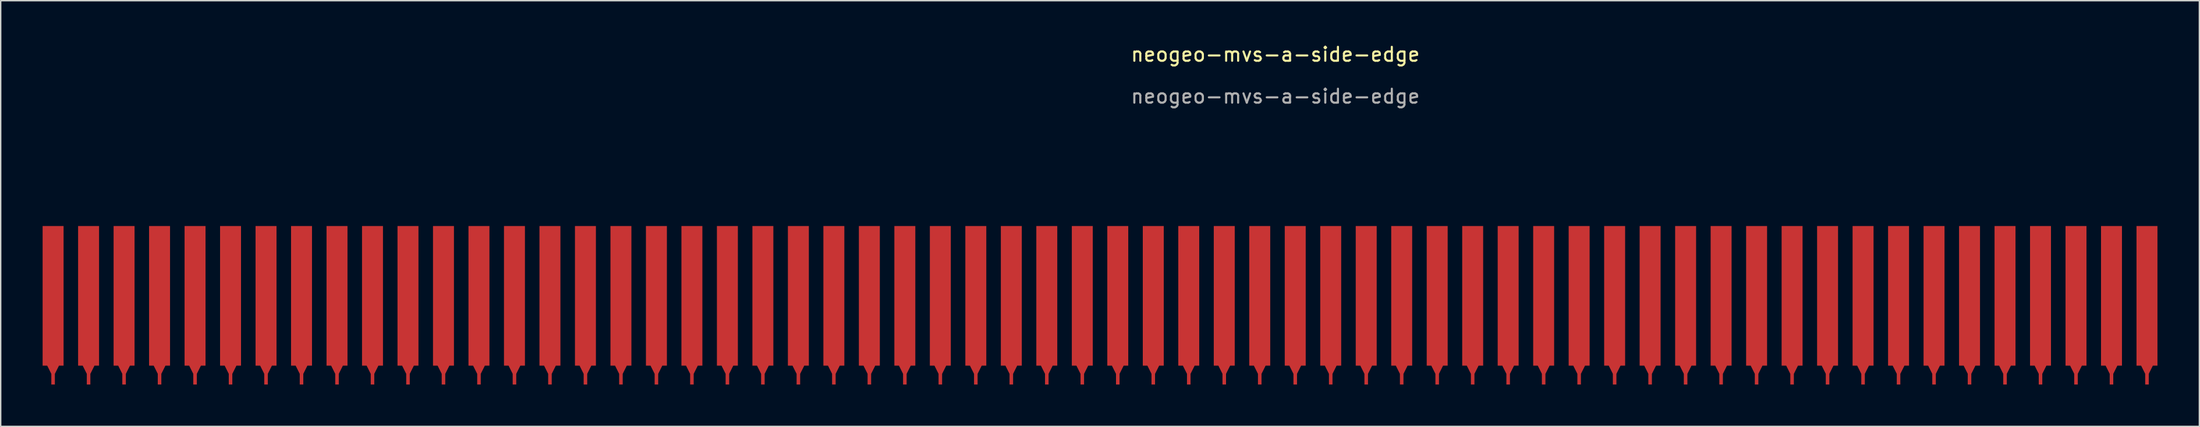
<source format=kicad_pcb>
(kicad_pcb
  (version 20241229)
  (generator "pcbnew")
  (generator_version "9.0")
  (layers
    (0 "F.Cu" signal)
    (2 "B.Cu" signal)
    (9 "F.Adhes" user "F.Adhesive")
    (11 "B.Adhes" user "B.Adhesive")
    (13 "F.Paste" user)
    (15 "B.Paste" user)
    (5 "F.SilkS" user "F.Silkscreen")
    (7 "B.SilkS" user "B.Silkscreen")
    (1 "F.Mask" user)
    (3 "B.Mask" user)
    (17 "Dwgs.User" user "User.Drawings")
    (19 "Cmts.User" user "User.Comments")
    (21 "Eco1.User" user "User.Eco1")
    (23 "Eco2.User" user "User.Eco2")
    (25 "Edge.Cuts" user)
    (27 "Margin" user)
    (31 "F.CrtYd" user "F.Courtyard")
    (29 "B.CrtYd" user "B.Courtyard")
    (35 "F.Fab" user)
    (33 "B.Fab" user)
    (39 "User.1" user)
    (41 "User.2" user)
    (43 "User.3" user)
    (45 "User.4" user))
  (footprint "neogeo-mvs-a-side-edge"
    (layer "F.Cu")
    (at 76.95 18.138)
    (property "Reference" "neogeo-mvs-a-side-edge" (at 11.28 -17.29 0) (unlocked yes) (layer "F.SilkS") (effects (font (size 1 1) (thickness 0.15))))
    (attr smd)
    (fp_text user "${REFERENCE}" (at 11.28 -14.29 0) (unlocked yes) (layer "F.Fab") (effects (font (size 1 1) (thickness 0.15))))
    (pad "1" connect custom (at 73.66 0) (size 1.5 10) (layers "F.Cu" "F.Mask") (options (anchor rect)) (primitives (gr_poly (pts (xy 0 5.842) (xy -0.508 4.826) (xy 0.508 4.826)) (width 0) (fill yes)) (gr_rect (start -0.127 5) (end 0.127 6.35) (width 0) (fill yes))))
    (pad "2" connect custom (at 71.12 0) (size 1.5 10) (layers "F.Cu" "F.Mask") (options (anchor rect)) (primitives (gr_poly (pts (xy 0 5.842) (xy -0.508 4.826) (xy 0.508 4.826)) (width 0) (fill yes)) (gr_rect (start -0.127 5) (end 0.127 6.35) (width 0) (fill yes))))
    (pad "3" connect custom (at 68.58 0) (size 1.5 10) (layers "F.Cu" "F.Mask") (options (anchor rect)) (primitives (gr_poly (pts (xy 0 5.842) (xy -0.508 4.826) (xy 0.508 4.826)) (width 0) (fill yes)) (gr_rect (start -0.127 5) (end 0.127 6.35) (width 0) (fill yes))))
    (pad "4" connect custom (at 66.04 0) (size 1.5 10) (layers "F.Cu" "F.Mask") (options (anchor rect)) (primitives (gr_poly (pts (xy 0 5.842) (xy -0.508 4.826) (xy 0.508 4.826)) (width 0) (fill yes)) (gr_rect (start -0.127 5) (end 0.127 6.35) (width 0) (fill yes))))
    (pad "5" connect custom (at 63.5 0) (size 1.5 10) (layers "F.Cu" "F.Mask") (options (anchor rect)) (primitives (gr_poly (pts (xy 0 5.842) (xy -0.508 4.826) (xy 0.508 4.826)) (width 0) (fill yes)) (gr_rect (start -0.127 5) (end 0.127 6.35) (width 0) (fill yes))))
    (pad "6" connect custom (at 60.96 0) (size 1.5 10) (layers "F.Cu" "F.Mask") (options (anchor rect)) (primitives (gr_poly (pts (xy 0 5.842) (xy -0.508 4.826) (xy 0.508 4.826)) (width 0) (fill yes)) (gr_rect (start -0.127 5) (end 0.127 6.35) (width 0) (fill yes))))
    (pad "7" connect custom (at 58.42 0) (size 1.5 10) (layers "F.Cu" "F.Mask") (options (anchor rect)) (primitives (gr_poly (pts (xy 0 5.842) (xy -0.508 4.826) (xy 0.508 4.826)) (width 0) (fill yes)) (gr_rect (start -0.127 5) (end 0.127 6.35) (width 0) (fill yes))))
    (pad "8" connect custom (at 55.88 0) (size 1.5 10) (layers "F.Cu" "F.Mask") (options (anchor rect)) (primitives (gr_poly (pts (xy 0 5.842) (xy -0.508 4.826) (xy 0.508 4.826)) (width 0) (fill yes)) (gr_rect (start -0.127 5) (end 0.127 6.35) (width 0) (fill yes))))
    (pad "9" connect custom (at 53.34 0) (size 1.5 10) (layers "F.Cu" "F.Mask") (options (anchor rect)) (primitives (gr_poly (pts (xy 0 5.842) (xy -0.508 4.826) (xy 0.508 4.826)) (width 0) (fill yes)) (gr_rect (start -0.127 5) (end 0.127 6.35) (width 0) (fill yes))))
    (pad "10" connect custom (at 50.8 0) (size 1.5 10) (layers "F.Cu" "F.Mask") (options (anchor rect)) (primitives (gr_poly (pts (xy 0 5.842) (xy -0.508 4.826) (xy 0.508 4.826)) (width 0) (fill yes)) (gr_rect (start -0.127 5) (end 0.127 6.35) (width 0) (fill yes))))
    (pad "11" connect custom (at 48.26 0) (size 1.5 10) (layers "F.Cu" "F.Mask") (options (anchor rect)) (primitives (gr_poly (pts (xy 0 5.842) (xy -0.508 4.826) (xy 0.508 4.826)) (width 0) (fill yes)) (gr_rect (start -0.127 5) (end 0.127 6.35) (width 0) (fill yes))))
    (pad "12" connect custom (at 45.72 0) (size 1.5 10) (layers "F.Cu" "F.Mask") (options (anchor rect)) (primitives (gr_poly (pts (xy 0 5.842) (xy -0.508 4.826) (xy 0.508 4.826)) (width 0) (fill yes)) (gr_rect (start -0.127 5) (end 0.127 6.35) (width 0) (fill yes))))
    (pad "13" connect custom (at 43.18 0) (size 1.5 10) (layers "F.Cu" "F.Mask") (options (anchor rect)) (primitives (gr_poly (pts (xy 0 5.842) (xy -0.508 4.826) (xy 0.508 4.826)) (width 0) (fill yes)) (gr_rect (start -0.127 5) (end 0.127 6.35) (width 0) (fill yes))))
    (pad "14" connect custom (at 40.64 0) (size 1.5 10) (layers "F.Cu" "F.Mask") (options (anchor rect)) (primitives (gr_poly (pts (xy 0 5.842) (xy -0.508 4.826) (xy 0.508 4.826)) (width 0) (fill yes)) (gr_rect (start -0.127 5) (end 0.127 6.35) (width 0) (fill yes))))
    (pad "15" connect custom (at 38.1 0) (size 1.5 10) (layers "F.Cu" "F.Mask") (options (anchor rect)) (primitives (gr_poly (pts (xy 0 5.842) (xy -0.508 4.826) (xy 0.508 4.826)) (width 0) (fill yes)) (gr_rect (start -0.127 5) (end 0.127 6.35) (width 0) (fill yes))))
    (pad "16" connect custom (at 35.56 0) (size 1.5 10) (layers "F.Cu" "F.Mask") (options (anchor rect)) (primitives (gr_poly (pts (xy 0 5.842) (xy -0.508 4.826) (xy 0.508 4.826)) (width 0) (fill yes)) (gr_rect (start -0.127 5) (end 0.127 6.35) (width 0) (fill yes))))
    (pad "17" connect custom (at 33.02 0) (size 1.5 10) (layers "F.Cu" "F.Mask") (options (anchor rect)) (primitives (gr_poly (pts (xy 0 5.842) (xy -0.508 4.826) (xy 0.508 4.826)) (width 0) (fill yes)) (gr_rect (start -0.127 5) (end 0.127 6.35) (width 0) (fill yes))))
    (pad "18" connect custom (at 30.48 0) (size 1.5 10) (layers "F.Cu" "F.Mask") (options (anchor rect)) (primitives (gr_poly (pts (xy 0 5.842) (xy -0.508 4.826) (xy 0.508 4.826)) (width 0) (fill yes)) (gr_rect (start -0.127 5) (end 0.127 6.35) (width 0) (fill yes))))
    (pad "19" connect custom (at 27.94 0) (size 1.5 10) (layers "F.Cu" "F.Mask") (options (anchor rect)) (primitives (gr_poly (pts (xy 0 5.842) (xy -0.508 4.826) (xy 0.508 4.826)) (width 0) (fill yes)) (gr_rect (start -0.127 5) (end 0.127 6.35) (width 0) (fill yes))))
    (pad "20" connect custom (at 25.4 0) (size 1.5 10) (layers "F.Cu" "F.Mask") (options (anchor rect)) (primitives (gr_poly (pts (xy 0 5.842) (xy -0.508 4.826) (xy 0.508 4.826)) (width 0) (fill yes)) (gr_rect (start -0.127 5) (end 0.127 6.35) (width 0) (fill yes))))
    (pad "21" connect custom (at 22.86 0) (size 1.5 10) (layers "F.Cu" "F.Mask") (options (anchor rect)) (primitives (gr_poly (pts (xy 0 5.842) (xy -0.508 4.826) (xy 0.508 4.826)) (width 0) (fill yes)) (gr_rect (start -0.127 5) (end 0.127 6.35) (width 0) (fill yes))))
    (pad "22" connect custom (at 20.32 0) (size 1.5 10) (layers "F.Cu" "F.Mask") (options (anchor rect)) (primitives (gr_poly (pts (xy 0 5.842) (xy -0.508 4.826) (xy 0.508 4.826)) (width 0) (fill yes)) (gr_rect (start -0.127 5) (end 0.127 6.35) (width 0) (fill yes))))
    (pad "23" connect custom (at 17.78 0) (size 1.5 10) (layers "F.Cu" "F.Mask") (options (anchor rect)) (primitives (gr_poly (pts (xy 0 5.842) (xy -0.508 4.826) (xy 0.508 4.826)) (width 0) (fill yes)) (gr_rect (start -0.127 5) (end 0.127 6.35) (width 0) (fill yes))))
    (pad "24" connect custom (at 15.24 0) (size 1.5 10) (layers "F.Cu" "F.Mask") (options (anchor rect)) (primitives (gr_poly (pts (xy 0 5.842) (xy -0.508 4.826) (xy 0.508 4.826)) (width 0) (fill yes)) (gr_rect (start -0.127 5) (end 0.127 6.35) (width 0) (fill yes))))
    (pad "25" connect custom (at 12.7 0) (size 1.5 10) (layers "F.Cu" "F.Mask") (options (anchor rect)) (primitives (gr_poly (pts (xy 0 5.842) (xy -0.508 4.826) (xy 0.508 4.826)) (width 0) (fill yes)) (gr_rect (start -0.127 5) (end 0.127 6.35) (width 0) (fill yes))))
    (pad "26" connect custom (at 10.16 0) (size 1.5 10) (layers "F.Cu" "F.Mask") (options (anchor rect)) (primitives (gr_poly (pts (xy 0 5.842) (xy -0.508 4.826) (xy 0.508 4.826)) (width 0) (fill yes)) (gr_rect (start -0.127 5) (end 0.127 6.35) (width 0) (fill yes))))
    (pad "27" connect custom (at 7.62 0) (size 1.5 10) (layers "F.Cu" "F.Mask") (options (anchor rect)) (primitives (gr_poly (pts (xy 0 5.842) (xy -0.508 4.826) (xy 0.508 4.826)) (width 0) (fill yes)) (gr_rect (start -0.127 5) (end 0.127 6.35) (width 0) (fill yes))))
    (pad "28" connect custom (at 5.08 0) (size 1.5 10) (layers "F.Cu" "F.Mask") (options (anchor rect)) (primitives (gr_poly (pts (xy 0 5.842) (xy -0.508 4.826) (xy 0.508 4.826)) (width 0) (fill yes)) (gr_rect (start -0.127 5) (end 0.127 6.35) (width 0) (fill yes))))
    (pad "29" connect custom (at 2.54 0) (size 1.5 10) (layers "F.Cu" "F.Mask") (options (anchor rect)) (primitives (gr_poly (pts (xy 0 5.842) (xy -0.508 4.826) (xy 0.508 4.826)) (width 0) (fill yes)) (gr_rect (start -0.127 5) (end 0.127 6.35) (width 0) (fill yes))))
    (pad "30" connect custom (at 0 0) (size 1.5 10) (layers "F.Cu" "F.Mask") (options (anchor rect)) (primitives (gr_poly (pts (xy 0 5.842) (xy -0.508 4.826) (xy 0.508 4.826)) (width 0) (fill yes)) (gr_rect (start -0.127 5) (end 0.127 6.35) (width 0) (fill yes))))
    (pad "31" connect custom (at -2.54 0) (size 1.5 10) (layers "F.Cu" "F.Mask") (options (anchor rect)) (primitives (gr_poly (pts (xy 0 5.842) (xy -0.508 4.826) (xy 0.508 4.826)) (width 0) (fill yes)) (gr_rect (start -0.127 5) (end 0.127 6.35) (width 0) (fill yes))))
    (pad "32" connect custom (at -5.08 0) (size 1.5 10) (layers "F.Cu" "F.Mask") (options (anchor rect)) (primitives (gr_poly (pts (xy 0 5.842) (xy -0.508 4.826) (xy 0.508 4.826)) (width 0) (fill yes)) (gr_rect (start -0.127 5) (end 0.127 6.35) (width 0) (fill yes))))
    (pad "33" connect custom (at -7.62 0) (size 1.5 10) (layers "F.Cu" "F.Mask") (options (anchor rect)) (primitives (gr_poly (pts (xy 0 5.842) (xy -0.508 4.826) (xy 0.508 4.826)) (width 0) (fill yes)) (gr_rect (start -0.127 5) (end 0.127 6.35) (width 0) (fill yes))))
    (pad "34" connect custom (at -10.16 0) (size 1.5 10) (layers "F.Cu" "F.Mask") (options (anchor rect)) (primitives (gr_poly (pts (xy 0 5.842) (xy -0.508 4.826) (xy 0.508 4.826)) (width 0) (fill yes)) (gr_rect (start -0.127 5) (end 0.127 6.35) (width 0) (fill yes))))
    (pad "35" connect custom (at -12.7 0) (size 1.5 10) (layers "F.Cu" "F.Mask") (options (anchor rect)) (primitives (gr_poly (pts (xy 0 5.842) (xy -0.508 4.826) (xy 0.508 4.826)) (width 0) (fill yes)) (gr_rect (start -0.127 5) (end 0.127 6.35) (width 0) (fill yes))))
    (pad "36" connect custom (at -15.24 0) (size 1.5 10) (layers "F.Cu" "F.Mask") (options (anchor rect)) (primitives (gr_poly (pts (xy 0 5.842) (xy -0.508 4.826) (xy 0.508 4.826)) (width 0) (fill yes)) (gr_rect (start -0.127 5) (end 0.127 6.35) (width 0) (fill yes))))
    (pad "37" connect custom (at -17.78 0) (size 1.5 10) (layers "F.Cu" "F.Mask") (options (anchor rect)) (primitives (gr_poly (pts (xy 0 5.842) (xy -0.508 4.826) (xy 0.508 4.826)) (width 0) (fill yes)) (gr_rect (start -0.127 5) (end 0.127 6.35) (width 0) (fill yes))))
    (pad "38" connect custom (at -20.32 0) (size 1.5 10) (layers "F.Cu" "F.Mask") (options (anchor rect)) (primitives (gr_poly (pts (xy 0 5.842) (xy -0.508 4.826) (xy 0.508 4.826)) (width 0) (fill yes)) (gr_rect (start -0.127 5) (end 0.127 6.35) (width 0) (fill yes))))
    (pad "39" connect custom (at -22.86 0) (size 1.5 10) (layers "F.Cu" "F.Mask") (options (anchor rect)) (primitives (gr_poly (pts (xy 0 5.842) (xy -0.508 4.826) (xy 0.508 4.826)) (width 0) (fill yes)) (gr_rect (start -0.127 5) (end 0.127 6.35) (width 0) (fill yes))))
    (pad "40" connect custom (at -25.4 0) (size 1.5 10) (layers "F.Cu" "F.Mask") (options (anchor rect)) (primitives (gr_poly (pts (xy 0 5.842) (xy -0.508 4.826) (xy 0.508 4.826)) (width 0) (fill yes)) (gr_rect (start -0.127 5) (end 0.127 6.35) (width 0) (fill yes))))
    (pad "41" connect custom (at -27.94 0) (size 1.5 10) (layers "F.Cu" "F.Mask") (options (anchor rect)) (primitives (gr_poly (pts (xy 0 5.842) (xy -0.508 4.826) (xy 0.508 4.826)) (width 0) (fill yes)) (gr_rect (start -0.127 5) (end 0.127 6.35) (width 0) (fill yes))))
    (pad "42" connect custom (at -30.48 0) (size 1.5 10) (layers "F.Cu" "F.Mask") (options (anchor rect)) (primitives (gr_poly (pts (xy 0 5.842) (xy -0.508 4.826) (xy 0.508 4.826)) (width 0) (fill yes)) (gr_rect (start -0.127 5) (end 0.127 6.35) (width 0) (fill yes))))
    (pad "43" connect custom (at -33.02 0) (size 1.5 10) (layers "F.Cu" "F.Mask") (options (anchor rect)) (primitives (gr_poly (pts (xy 0 5.842) (xy -0.508 4.826) (xy 0.508 4.826)) (width 0) (fill yes)) (gr_rect (start -0.127 5) (end 0.127 6.35) (width 0) (fill yes))))
    (pad "44" connect custom (at -35.56 0) (size 1.5 10) (layers "F.Cu" "F.Mask") (options (anchor rect)) (primitives (gr_poly (pts (xy 0 5.842) (xy -0.508 4.826) (xy 0.508 4.826)) (width 0) (fill yes)) (gr_rect (start -0.127 5) (end 0.127 6.35) (width 0) (fill yes))))
    (pad "45" connect custom (at -38.1 0) (size 1.5 10) (layers "F.Cu" "F.Mask") (options (anchor rect)) (primitives (gr_poly (pts (xy 0 5.842) (xy -0.508 4.826) (xy 0.508 4.826)) (width 0) (fill yes)) (gr_rect (start -0.127 5) (end 0.127 6.35) (width 0) (fill yes))))
    (pad "46" connect custom (at -40.64 0) (size 1.5 10) (layers "F.Cu" "F.Mask") (options (anchor rect)) (primitives (gr_poly (pts (xy 0 5.842) (xy -0.508 4.826) (xy 0.508 4.826)) (width 0) (fill yes)) (gr_rect (start -0.127 5) (end 0.127 6.35) (width 0) (fill yes))))
    (pad "47" connect custom (at -43.18 0) (size 1.5 10) (layers "F.Cu" "F.Mask") (options (anchor rect)) (primitives (gr_poly (pts (xy 0 5.842) (xy -0.508 4.826) (xy 0.508 4.826)) (width 0) (fill yes)) (gr_rect (start -0.127 5) (end 0.127 6.35) (width 0) (fill yes))))
    (pad "48" connect custom (at -45.72 0) (size 1.5 10) (layers "F.Cu" "F.Mask") (options (anchor rect)) (primitives (gr_poly (pts (xy 0 5.842) (xy -0.508 4.826) (xy 0.508 4.826)) (width 0) (fill yes)) (gr_rect (start -0.127 5) (end 0.127 6.35) (width 0) (fill yes))))
    (pad "49" connect custom (at -48.26 0) (size 1.5 10) (layers "F.Cu" "F.Mask") (options (anchor rect)) (primitives (gr_poly (pts (xy 0 5.842) (xy -0.508 4.826) (xy 0.508 4.826)) (width 0) (fill yes)) (gr_rect (start -0.127 5) (end 0.127 6.35) (width 0) (fill yes))))
    (pad "50" connect custom (at -50.8 0) (size 1.5 10) (layers "F.Cu" "F.Mask") (options (anchor rect)) (primitives (gr_poly (pts (xy 0 5.842) (xy -0.508 4.826) (xy 0.508 4.826)) (width 0) (fill yes)) (gr_rect (start -0.127 5) (end 0.127 6.35) (width 0) (fill yes))))
    (pad "51" connect custom (at -53.34 0) (size 1.5 10) (layers "F.Cu" "F.Mask") (options (anchor rect)) (primitives (gr_poly (pts (xy 0 5.842) (xy -0.508 4.826) (xy 0.508 4.826)) (width 0) (fill yes)) (gr_rect (start -0.127 5) (end 0.127 6.35) (width 0) (fill yes))))
    (pad "52" connect custom (at -55.88 0) (size 1.5 10) (layers "F.Cu" "F.Mask") (options (anchor rect)) (primitives (gr_poly (pts (xy 0 5.842) (xy -0.508 4.826) (xy 0.508 4.826)) (width 0) (fill yes)) (gr_rect (start -0.127 5) (end 0.127 6.35) (width 0) (fill yes))))
    (pad "53" connect custom (at -58.42 0) (size 1.5 10) (layers "F.Cu" "F.Mask") (options (anchor rect)) (primitives (gr_poly (pts (xy 0 5.842) (xy -0.508 4.826) (xy 0.508 4.826)) (width 0) (fill yes)) (gr_rect (start -0.127 5) (end 0.127 6.35) (width 0) (fill yes))))
    (pad "54" connect custom (at -60.96 0) (size 1.5 10) (layers "F.Cu" "F.Mask") (options (anchor rect)) (primitives (gr_poly (pts (xy 0 5.842) (xy -0.508 4.826) (xy 0.508 4.826)) (width 0) (fill yes)) (gr_rect (start -0.127 5) (end 0.127 6.35) (width 0) (fill yes))))
    (pad "55" connect custom (at -63.5 0) (size 1.5 10) (layers "F.Cu" "F.Mask") (options (anchor rect)) (primitives (gr_poly (pts (xy 0 5.842) (xy -0.508 4.826) (xy 0.508 4.826)) (width 0) (fill yes)) (gr_rect (start -0.127 5) (end 0.127 6.35) (width 0) (fill yes))))
    (pad "56" connect custom (at -66.04 0) (size 1.5 10) (layers "F.Cu" "F.Mask") (options (anchor rect)) (primitives (gr_poly (pts (xy 0 5.842) (xy -0.508 4.826) (xy 0.508 4.826)) (width 0) (fill yes)) (gr_rect (start -0.127 5) (end 0.127 6.35) (width 0) (fill yes))))
    (pad "57" connect custom (at -68.58 0) (size 1.5 10) (layers "F.Cu" "F.Mask") (options (anchor rect)) (primitives (gr_poly (pts (xy 0 5.842) (xy -0.508 4.826) (xy 0.508 4.826)) (width 0) (fill yes)) (gr_rect (start -0.127 5) (end 0.127 6.35) (width 0) (fill yes))))
    (pad "58" connect custom (at -71.12 0) (size 1.5 10) (layers "F.Cu" "F.Mask") (options (anchor rect)) (primitives (gr_poly (pts (xy 0 5.842) (xy -0.508 4.826) (xy 0.508 4.826)) (width 0) (fill yes)) (gr_rect (start -0.127 5) (end 0.127 6.35) (width 0) (fill yes))))
    (pad "59" connect custom (at -73.66 0) (size 1.5 10) (layers "F.Cu" "F.Mask") (options (anchor rect)) (primitives (gr_poly (pts (xy 0 5.842) (xy -0.508 4.826) (xy 0.508 4.826)) (width 0) (fill yes)) (gr_rect (start -0.127 5) (end 0.127 6.35) (width 0) (fill yes))))
    (pad "60" connect custom (at -76.2 0) (size 1.5 10) (layers "F.Cu" "F.Mask") (options (anchor rect)) (primitives (gr_poly (pts (xy 0 5.842) (xy -0.508 4.826) (xy 0.508 4.826)) (width 0) (fill yes)) (gr_rect (start -0.127 5) (end 0.127 6.35) (width 0) (fill yes)))))
  (gr_rect
    (start -3 -3)
    (end 154.36 27.488)
    (stroke (width 0.1) (type default))
    (fill no)
    (layer "Edge.Cuts")))
</source>
